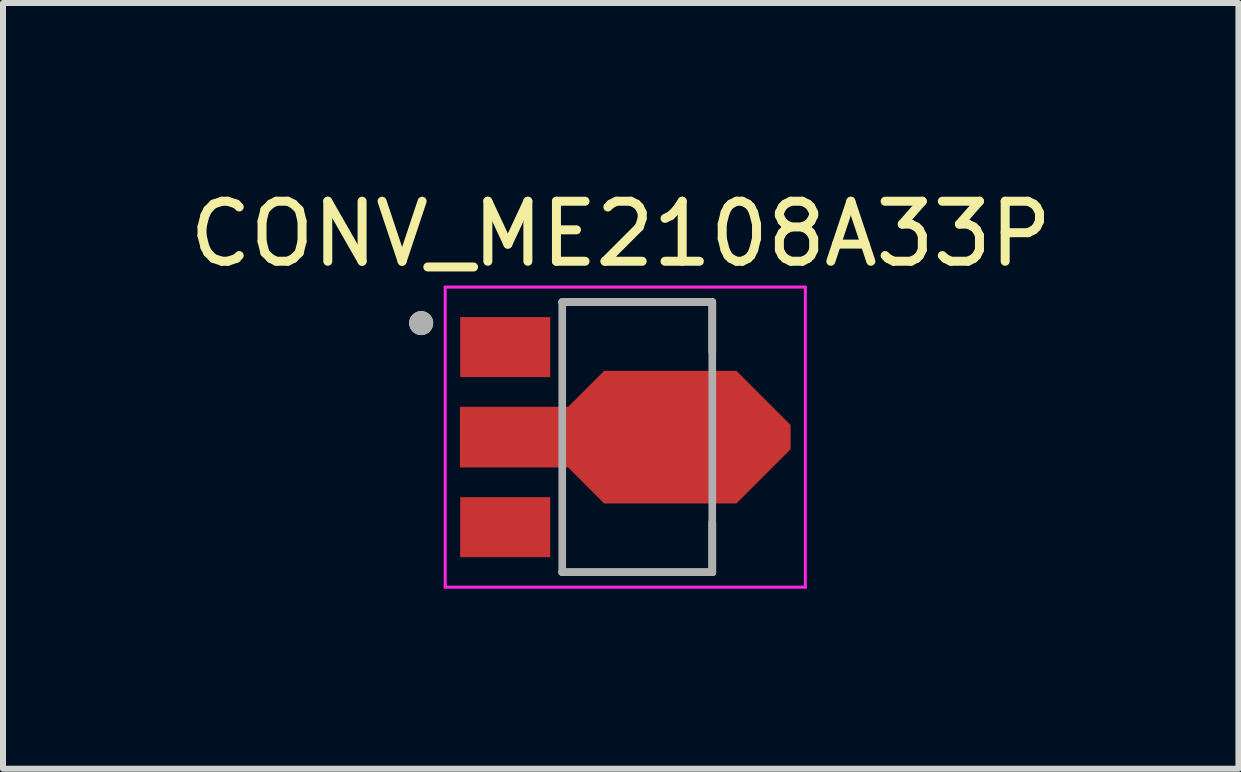
<source format=kicad_pcb>
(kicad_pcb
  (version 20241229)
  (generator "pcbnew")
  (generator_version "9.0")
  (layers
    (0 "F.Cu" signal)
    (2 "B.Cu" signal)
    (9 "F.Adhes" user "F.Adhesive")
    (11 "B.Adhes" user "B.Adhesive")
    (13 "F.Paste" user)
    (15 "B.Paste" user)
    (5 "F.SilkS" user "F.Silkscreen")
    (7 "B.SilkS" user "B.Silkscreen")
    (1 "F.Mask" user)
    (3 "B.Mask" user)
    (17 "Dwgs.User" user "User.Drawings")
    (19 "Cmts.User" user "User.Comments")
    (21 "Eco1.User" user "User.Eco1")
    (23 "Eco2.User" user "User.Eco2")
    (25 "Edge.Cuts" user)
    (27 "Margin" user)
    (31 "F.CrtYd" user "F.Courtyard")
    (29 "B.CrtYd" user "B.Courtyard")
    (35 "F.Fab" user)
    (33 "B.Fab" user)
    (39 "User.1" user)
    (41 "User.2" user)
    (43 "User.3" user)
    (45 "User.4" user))
  (footprint "CONV_ME2108A33P"
    (layer "F.Cu")
    (at 7.367 4.233)
    (property "Reference" "CONV_ME2108A33P" (at -0.075 -3.385 0) (layer "F.SilkS") (effects (font (size 1 1) (thickness 0.15))))
    (attr through_hole)
    (fp_poly (pts (xy -2.82 -2.07) (xy -1.18 -2.07) (xy -1.18 -0.93) (xy -2.82 -0.93)) (stroke (width 0.01) (type solid)) (fill yes) (layer "F.Mask"))
    (fp_poly (pts (xy -2.82 0.93) (xy -1.18 0.93) (xy -1.18 2.07) (xy -2.82 2.07)) (stroke (width 0.01) (type solid)) (fill yes) (layer "F.Mask"))
    (fp_poly (pts (xy -2.82 -0.57) (xy -0.985 -0.57) (xy -0.385 -1.17) (xy 1.885 -1.17) (xy 2.82 -0.235) (xy 2.82 0.235) (xy 1.885 1.17) (xy -0.385 1.17) (xy -0.985 0.57) (xy -2.82 0.57)) (stroke (width 0.01) (type solid)) (fill yes) (layer "F.Mask"))
    (fp_line (start -1.05 -2.25) (end 1.45 -2.25) (stroke (width 0.127) (type solid)) (layer "F.SilkS"))
    (fp_line (start 1.45 -2.25) (end 1.45 -1.42) (stroke (width 0.127) (type solid)) (layer "F.SilkS"))
    (fp_line (start 1.45 1.42) (end 1.45 2.25) (stroke (width 0.127) (type solid)) (layer "F.SilkS"))
    (fp_line (start 1.45 2.25) (end -1.05 2.25) (stroke (width 0.127) (type solid)) (layer "F.SilkS"))
    (fp_circle (center -3.4 -1.9) (end -3.3 -1.9) (stroke (width 0.2) (type solid)) (fill no) (layer "F.SilkS"))
    (fp_poly (pts (xy -2.75 -0.5) (xy -0.95 -0.5) (xy -0.35 -1.1) (xy 1.85 -1.1) (xy 2.75 -0.2) (xy 2.75 0.2) (xy 1.85 1.1) (xy -0.35 1.1) (xy -0.95 0.5) (xy -2.75 0.5)) (stroke (width 0.01) (type solid)) (fill yes) (layer "F.Paste"))
    (fp_line (start -3 -2.5) (end 3 -2.5) (stroke (width 0.05) (type solid)) (layer "F.CrtYd"))
    (fp_line (start -3 2.5) (end -3 -2.5) (stroke (width 0.05) (type solid)) (layer "F.CrtYd"))
    (fp_line (start 3 -2.5) (end 3 2.5) (stroke (width 0.05) (type solid)) (layer "F.CrtYd"))
    (fp_line (start 3 2.5) (end -3 2.5) (stroke (width 0.05) (type solid)) (layer "F.CrtYd"))
    (fp_line (start -1.05 -2.25) (end 1.45 -2.25) (stroke (width 0.127) (type solid)) (layer "F.Fab"))
    (fp_line (start -1.05 2.25) (end -1.05 -2.25) (stroke (width 0.127) (type solid)) (layer "F.Fab"))
    (fp_line (start 1.45 -2.25) (end 1.45 2.25) (stroke (width 0.127) (type solid)) (layer "F.Fab"))
    (fp_line (start 1.45 2.25) (end -1.05 2.25) (stroke (width 0.127) (type solid)) (layer "F.Fab"))
    (fp_circle (center -3.4 -1.9) (end -3.3 -1.9) (stroke (width 0.2) (type solid)) (fill no) (layer "F.Fab"))
    (pad "1" smd rect (at -2 -1.5) (size 1.5 1) (layers "F.Cu" "F.Paste"))
    (pad "2" smd custom (at -2 0) (size 1.4 0.9) (layers "F.Cu") (options (anchor rect)) (primitives (gr_poly (pts (xy -0.75 -0.5) (xy 1.05 -0.5) (xy 1.65 -1.1) (xy 3.85 -1.1) (xy 4.75 -0.2) (xy 4.75 0.2) (xy 3.85 1.1) (xy 1.65 1.1) (xy 1.05 0.5) (xy -0.75 0.5)) (width 0.01) (fill yes))))
    (pad "3" smd rect (at -2 1.5) (size 1.5 1) (layers "F.Cu" "F.Paste")))
  (gr_rect
    (start -3 -3)
    (end 17.583 9.758)
    (stroke (width 0.1) (type default))
    (fill no)
    (layer "Edge.Cuts")))
</source>
